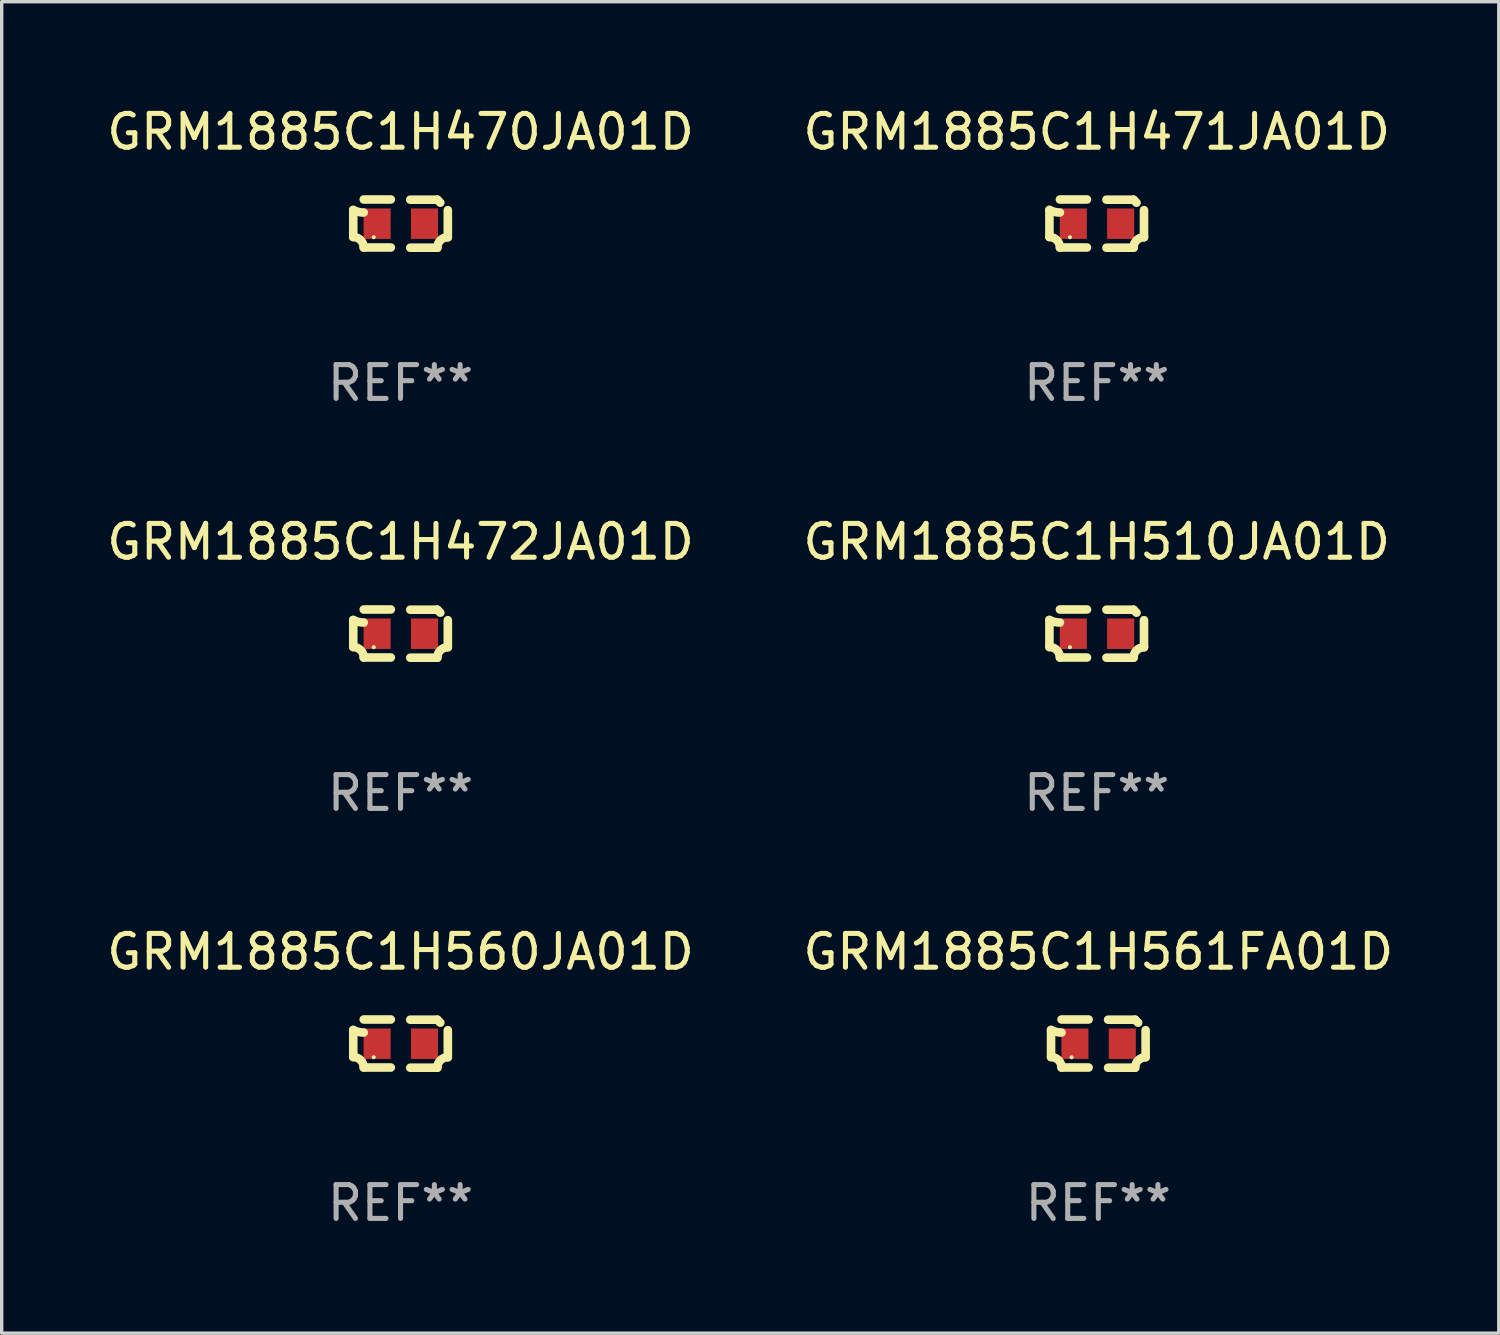
<source format=kicad_pcb>
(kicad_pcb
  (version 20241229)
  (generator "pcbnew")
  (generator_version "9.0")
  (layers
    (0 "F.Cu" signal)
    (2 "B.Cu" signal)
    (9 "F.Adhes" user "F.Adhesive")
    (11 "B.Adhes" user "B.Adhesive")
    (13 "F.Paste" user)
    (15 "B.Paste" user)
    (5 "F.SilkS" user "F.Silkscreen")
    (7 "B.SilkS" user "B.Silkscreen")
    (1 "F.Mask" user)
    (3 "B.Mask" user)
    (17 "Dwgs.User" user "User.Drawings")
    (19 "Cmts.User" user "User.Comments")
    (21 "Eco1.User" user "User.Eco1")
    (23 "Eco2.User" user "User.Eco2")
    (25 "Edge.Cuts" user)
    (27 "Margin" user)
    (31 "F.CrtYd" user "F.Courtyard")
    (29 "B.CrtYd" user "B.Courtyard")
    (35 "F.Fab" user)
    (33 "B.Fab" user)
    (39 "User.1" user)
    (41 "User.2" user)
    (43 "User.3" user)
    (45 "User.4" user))
  (footprint "GRM1885C1H472JA01D"
    (layer "F.Cu")
    (at 8.792 15.683)
    (property "Reference" "GRM1885C1H472JA01D" (at 0 -2.713 0) (layer "F.SilkS") (effects (font (size 1 1) (thickness 0.15))))
    (attr through_hole)
    (fp_line (start -1.398 -0.403) (end -1.398 0.397) (stroke (width 0.254) (type solid)) (layer "F.SilkS"))
    (fp_line (start -0.288 -0.713) (end -1.088 -0.713) (stroke (width 0.254) (type solid)) (layer "F.SilkS"))
    (fp_line (start -0.288 0.707) (end -1.088 0.707) (stroke (width 0.254) (type solid)) (layer "F.SilkS"))
    (fp_line (start 0.288 -0.707) (end 1.088 -0.707) (stroke (width 0.254) (type solid)) (layer "F.SilkS"))
    (fp_line (start 0.288 0.713) (end 1.088 0.713) (stroke (width 0.254) (type solid)) (layer "F.SilkS"))
    (fp_line (start 1.398 -0.397) (end 1.398 0.403) (stroke (width 0.254) (type solid)) (layer "F.SilkS"))
    (fp_arc (start -1.397789 0.397066) (mid -1.178701 0.487826) (end -1.08796 0.706922) (stroke (width 0.254001) (type solid)) (layer "F.SilkS"))
    (fp_arc (start -1.08796 -0.327176) (mid -1.247436 -0.346384) (end -1.39779 -0.402908) (stroke (width 0.254001) (type solid)) (layer "F.SilkS"))
    (fp_arc (start 1.087909 0.712738) (mid 1.178656 0.493655) (end 1.397739 0.402908) (stroke (width 0.254001) (type solid)) (layer "F.SilkS"))
    (fp_arc (start 1.175925 -0.618926) (mid 1.131917 -0.662923) (end 1.08791 -0.706922) (stroke (width 0.254001) (type solid)) (layer "F.SilkS"))
    (fp_circle (center -0.792 0.403) (end -0.762 0.403) (stroke (width 0.06) (type solid)) (fill no) (layer "F.SilkS"))
    (fp_text user "REF**" (at 0 4.713 0) (layer "F.Fab") (effects (font (size 1 1) (thickness 0.15))))
    (pad "1" smd rect (at -0.692 0.003) (size 0.8 0.9) (layers "F.Cu" "F.Mask" "F.Paste"))
    (pad "2" smd rect (at 0.708 0.003) (size 0.8 0.9) (layers "F.Cu" "F.Mask" "F.Paste")))
  (footprint "GRM1885C1H470JA01D"
    (layer "F.Cu")
    (at 8.792 3.561)
    (property "Reference" "GRM1885C1H470JA01D" (at 0 -2.713 0) (layer "F.SilkS") (effects (font (size 1 1) (thickness 0.15))))
    (attr through_hole)
    (fp_line (start -1.398 -0.403) (end -1.398 0.397) (stroke (width 0.254) (type solid)) (layer "F.SilkS"))
    (fp_line (start -0.288 -0.713) (end -1.088 -0.713) (stroke (width 0.254) (type solid)) (layer "F.SilkS"))
    (fp_line (start -0.288 0.707) (end -1.088 0.707) (stroke (width 0.254) (type solid)) (layer "F.SilkS"))
    (fp_line (start 0.288 -0.707) (end 1.088 -0.707) (stroke (width 0.254) (type solid)) (layer "F.SilkS"))
    (fp_line (start 0.288 0.713) (end 1.088 0.713) (stroke (width 0.254) (type solid)) (layer "F.SilkS"))
    (fp_line (start 1.398 -0.397) (end 1.398 0.403) (stroke (width 0.254) (type solid)) (layer "F.SilkS"))
    (fp_arc (start -1.397789 0.397066) (mid -1.178701 0.487826) (end -1.08796 0.706922) (stroke (width 0.254001) (type solid)) (layer "F.SilkS"))
    (fp_arc (start -1.08796 -0.327176) (mid -1.247436 -0.346384) (end -1.39779 -0.402908) (stroke (width 0.254001) (type solid)) (layer "F.SilkS"))
    (fp_arc (start 1.087909 0.712738) (mid 1.178656 0.493655) (end 1.397739 0.402908) (stroke (width 0.254001) (type solid)) (layer "F.SilkS"))
    (fp_arc (start 1.175925 -0.618926) (mid 1.131917 -0.662923) (end 1.08791 -0.706922) (stroke (width 0.254001) (type solid)) (layer "F.SilkS"))
    (fp_circle (center -0.792 0.403) (end -0.762 0.403) (stroke (width 0.06) (type solid)) (fill no) (layer "F.SilkS"))
    (fp_text user "REF**" (at 0 4.713 0) (layer "F.Fab") (effects (font (size 1 1) (thickness 0.15))))
    (pad "1" smd rect (at -0.692 0.003) (size 0.8 0.9) (layers "F.Cu" "F.Mask" "F.Paste"))
    (pad "2" smd rect (at 0.708 0.003) (size 0.8 0.9) (layers "F.Cu" "F.Mask" "F.Paste")))
  (footprint "GRM1885C1H471JA01D"
    (layer "F.Cu")
    (at 29.375 3.561)
    (property "Reference" "GRM1885C1H471JA01D" (at 0 -2.713 0) (layer "F.SilkS") (effects (font (size 1 1) (thickness 0.15))))
    (attr through_hole)
    (fp_line (start -1.398 -0.403) (end -1.398 0.397) (stroke (width 0.254) (type solid)) (layer "F.SilkS"))
    (fp_line (start -0.288 -0.713) (end -1.088 -0.713) (stroke (width 0.254) (type solid)) (layer "F.SilkS"))
    (fp_line (start -0.288 0.707) (end -1.088 0.707) (stroke (width 0.254) (type solid)) (layer "F.SilkS"))
    (fp_line (start 0.288 -0.707) (end 1.088 -0.707) (stroke (width 0.254) (type solid)) (layer "F.SilkS"))
    (fp_line (start 0.288 0.713) (end 1.088 0.713) (stroke (width 0.254) (type solid)) (layer "F.SilkS"))
    (fp_line (start 1.398 -0.397) (end 1.398 0.403) (stroke (width 0.254) (type solid)) (layer "F.SilkS"))
    (fp_arc (start -1.397789 0.397066) (mid -1.178701 0.487826) (end -1.08796 0.706922) (stroke (width 0.254001) (type solid)) (layer "F.SilkS"))
    (fp_arc (start -1.08796 -0.327176) (mid -1.247436 -0.346384) (end -1.39779 -0.402908) (stroke (width 0.254001) (type solid)) (layer "F.SilkS"))
    (fp_arc (start 1.087909 0.712738) (mid 1.178656 0.493655) (end 1.397739 0.402908) (stroke (width 0.254001) (type solid)) (layer "F.SilkS"))
    (fp_arc (start 1.175925 -0.618926) (mid 1.131917 -0.662923) (end 1.08791 -0.706922) (stroke (width 0.254001) (type solid)) (layer "F.SilkS"))
    (fp_circle (center -0.792 0.403) (end -0.762 0.403) (stroke (width 0.06) (type solid)) (fill no) (layer "F.SilkS"))
    (fp_text user "REF**" (at 0 4.713 0) (layer "F.Fab") (effects (font (size 1 1) (thickness 0.15))))
    (pad "1" smd rect (at -0.692 0.003) (size 0.8 0.9) (layers "F.Cu" "F.Mask" "F.Paste"))
    (pad "2" smd rect (at 0.708 0.003) (size 0.8 0.9) (layers "F.Cu" "F.Mask" "F.Paste")))
  (footprint "GRM1885C1H560JA01D"
    (layer "F.Cu")
    (at 8.792 27.805)
    (property "Reference" "GRM1885C1H560JA01D" (at 0 -2.713 0) (layer "F.SilkS") (effects (font (size 1 1) (thickness 0.15))))
    (attr through_hole)
    (fp_line (start -1.398 -0.403) (end -1.398 0.397) (stroke (width 0.254) (type solid)) (layer "F.SilkS"))
    (fp_line (start -0.288 -0.713) (end -1.088 -0.713) (stroke (width 0.254) (type solid)) (layer "F.SilkS"))
    (fp_line (start -0.288 0.707) (end -1.088 0.707) (stroke (width 0.254) (type solid)) (layer "F.SilkS"))
    (fp_line (start 0.288 -0.707) (end 1.088 -0.707) (stroke (width 0.254) (type solid)) (layer "F.SilkS"))
    (fp_line (start 0.288 0.713) (end 1.088 0.713) (stroke (width 0.254) (type solid)) (layer "F.SilkS"))
    (fp_line (start 1.398 -0.397) (end 1.398 0.403) (stroke (width 0.254) (type solid)) (layer "F.SilkS"))
    (fp_arc (start -1.397789 0.397066) (mid -1.178701 0.487826) (end -1.08796 0.706922) (stroke (width 0.254001) (type solid)) (layer "F.SilkS"))
    (fp_arc (start -1.08796 -0.327176) (mid -1.247436 -0.346384) (end -1.39779 -0.402908) (stroke (width 0.254001) (type solid)) (layer "F.SilkS"))
    (fp_arc (start 1.087909 0.712738) (mid 1.178656 0.493655) (end 1.397739 0.402908) (stroke (width 0.254001) (type solid)) (layer "F.SilkS"))
    (fp_arc (start 1.175925 -0.618926) (mid 1.131917 -0.662923) (end 1.08791 -0.706922) (stroke (width 0.254001) (type solid)) (layer "F.SilkS"))
    (fp_circle (center -0.792 0.403) (end -0.762 0.403) (stroke (width 0.06) (type solid)) (fill no) (layer "F.SilkS"))
    (fp_text user "REF**" (at 0 4.713 0) (layer "F.Fab") (effects (font (size 1 1) (thickness 0.15))))
    (pad "1" smd rect (at -0.692 0.003) (size 0.8 0.9) (layers "F.Cu" "F.Mask" "F.Paste"))
    (pad "2" smd rect (at 0.708 0.003) (size 0.8 0.9) (layers "F.Cu" "F.Mask" "F.Paste")))
  (footprint "GRM1885C1H510JA01D"
    (layer "F.Cu")
    (at 29.375 15.683)
    (property "Reference" "GRM1885C1H510JA01D" (at 0 -2.713 0) (layer "F.SilkS") (effects (font (size 1 1) (thickness 0.15))))
    (attr through_hole)
    (fp_line (start -1.398 -0.403) (end -1.398 0.397) (stroke (width 0.254) (type solid)) (layer "F.SilkS"))
    (fp_line (start -0.288 -0.713) (end -1.088 -0.713) (stroke (width 0.254) (type solid)) (layer "F.SilkS"))
    (fp_line (start -0.288 0.707) (end -1.088 0.707) (stroke (width 0.254) (type solid)) (layer "F.SilkS"))
    (fp_line (start 0.288 -0.707) (end 1.088 -0.707) (stroke (width 0.254) (type solid)) (layer "F.SilkS"))
    (fp_line (start 0.288 0.713) (end 1.088 0.713) (stroke (width 0.254) (type solid)) (layer "F.SilkS"))
    (fp_line (start 1.398 -0.397) (end 1.398 0.403) (stroke (width 0.254) (type solid)) (layer "F.SilkS"))
    (fp_arc (start -1.397789 0.397066) (mid -1.178701 0.487826) (end -1.08796 0.706922) (stroke (width 0.254001) (type solid)) (layer "F.SilkS"))
    (fp_arc (start -1.08796 -0.327176) (mid -1.247436 -0.346384) (end -1.39779 -0.402908) (stroke (width 0.254001) (type solid)) (layer "F.SilkS"))
    (fp_arc (start 1.087909 0.712738) (mid 1.178656 0.493655) (end 1.397739 0.402908) (stroke (width 0.254001) (type solid)) (layer "F.SilkS"))
    (fp_arc (start 1.175925 -0.618926) (mid 1.131917 -0.662923) (end 1.08791 -0.706922) (stroke (width 0.254001) (type solid)) (layer "F.SilkS"))
    (fp_circle (center -0.792 0.403) (end -0.762 0.403) (stroke (width 0.06) (type solid)) (fill no) (layer "F.SilkS"))
    (fp_text user "REF**" (at 0 4.713 0) (layer "F.Fab") (effects (font (size 1 1) (thickness 0.15))))
    (pad "1" smd rect (at -0.692 0.003) (size 0.8 0.9) (layers "F.Cu" "F.Mask" "F.Paste"))
    (pad "2" smd rect (at 0.708 0.003) (size 0.8 0.9) (layers "F.Cu" "F.Mask" "F.Paste")))
  (footprint "GRM1885C1H561FA01D"
    (layer "F.Cu")
    (at 29.423 27.805)
    (property "Reference" "GRM1885C1H561FA01D" (at 0 -2.713 0) (layer "F.SilkS") (effects (font (size 1 1) (thickness 0.15))))
    (attr through_hole)
    (fp_line (start -1.398 -0.403) (end -1.398 0.397) (stroke (width 0.254) (type solid)) (layer "F.SilkS"))
    (fp_line (start -0.288 -0.713) (end -1.088 -0.713) (stroke (width 0.254) (type solid)) (layer "F.SilkS"))
    (fp_line (start -0.288 0.707) (end -1.088 0.707) (stroke (width 0.254) (type solid)) (layer "F.SilkS"))
    (fp_line (start 0.288 -0.707) (end 1.088 -0.707) (stroke (width 0.254) (type solid)) (layer "F.SilkS"))
    (fp_line (start 0.288 0.713) (end 1.088 0.713) (stroke (width 0.254) (type solid)) (layer "F.SilkS"))
    (fp_line (start 1.398 -0.397) (end 1.398 0.403) (stroke (width 0.254) (type solid)) (layer "F.SilkS"))
    (fp_arc (start -1.397789 0.397066) (mid -1.178701 0.487826) (end -1.08796 0.706922) (stroke (width 0.254001) (type solid)) (layer "F.SilkS"))
    (fp_arc (start -1.08796 -0.327176) (mid -1.247436 -0.346384) (end -1.39779 -0.402908) (stroke (width 0.254001) (type solid)) (layer "F.SilkS"))
    (fp_arc (start 1.087909 0.712738) (mid 1.178656 0.493655) (end 1.397739 0.402908) (stroke (width 0.254001) (type solid)) (layer "F.SilkS"))
    (fp_arc (start 1.175925 -0.618926) (mid 1.131917 -0.662923) (end 1.08791 -0.706922) (stroke (width 0.254001) (type solid)) (layer "F.SilkS"))
    (fp_circle (center -0.792 0.403) (end -0.762 0.403) (stroke (width 0.06) (type solid)) (fill no) (layer "F.SilkS"))
    (fp_text user "REF**" (at 0 4.713 0) (layer "F.Fab") (effects (font (size 1 1) (thickness 0.15))))
    (pad "1" smd rect (at -0.692 0.003) (size 0.8 0.9) (layers "F.Cu" "F.Mask" "F.Paste"))
    (pad "2" smd rect (at 0.708 0.003) (size 0.8 0.9) (layers "F.Cu" "F.Mask" "F.Paste")))
  (gr_rect
    (start -3 -3)
    (end 41.262 36.366)
    (stroke (width 0.1) (type default))
    (fill no)
    (layer "Edge.Cuts")))
</source>
